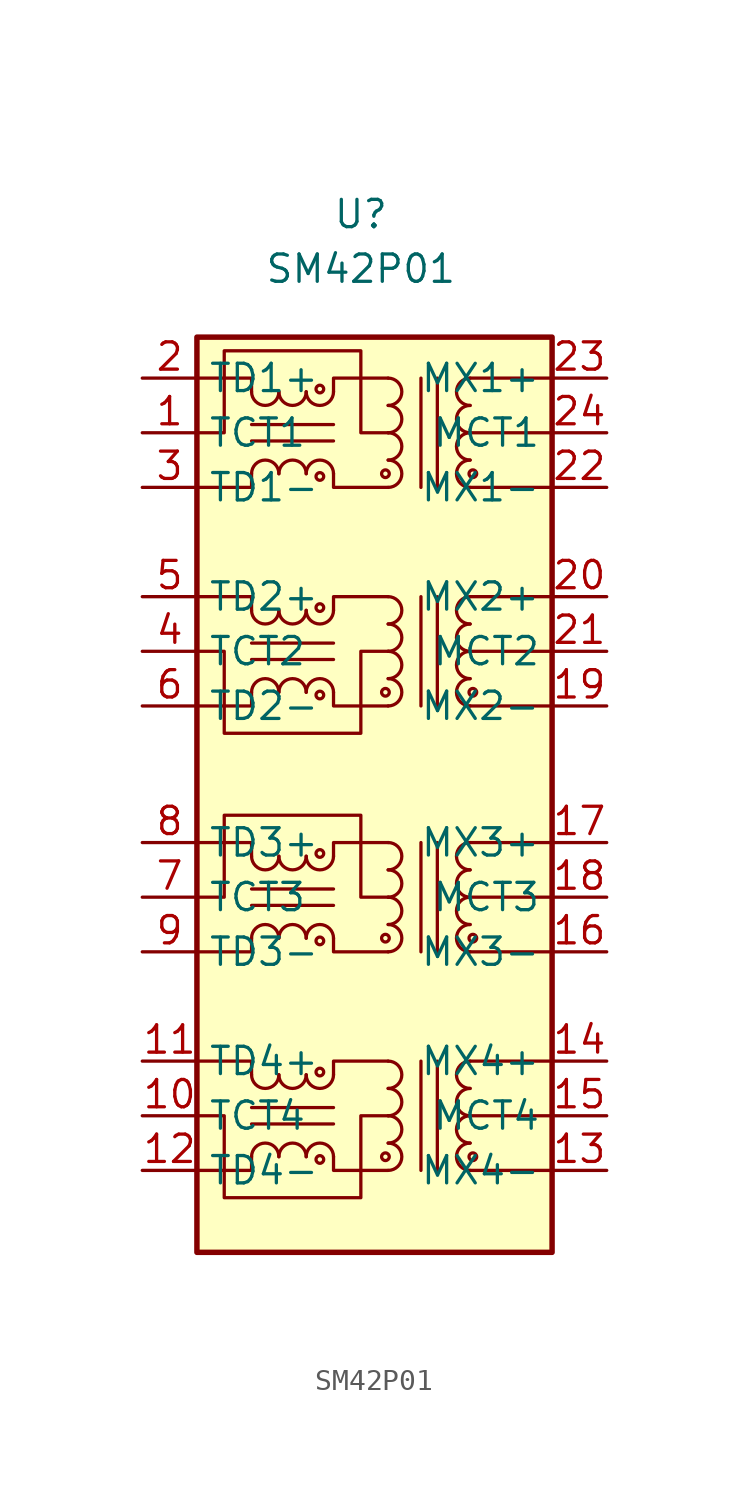
<source format=kicad_sym>
(kicad_symbol_lib
  (version 20211014)
  (generator kicad_symbol_editor)
  (symbol "SM42P01"
    (property "Reference" "U"
      (at 0 5.08 0)
      (effects (font (size 1.27 1.27))))
    (property "Value" "SM42P01"
      (at 0 2.54 0)
      (effects (font (size 1.27 1.27))))
    (symbol "SM42P01_0_1"
      (rectangle (start -7.62 -0.635) (end 8.89 -43.18) (stroke (width 0.254) (type default) (color 0 0 0 0)) (fill (type background)))
      (polyline (pts (xy -1.27 -37.211) (xy -5.08 -37.211)) (stroke (width 0) (type default) (color 0 0 0 0)) (fill (type none)))
      (polyline (pts (xy -1.27 -36.449) (xy -5.08 -36.449)) (stroke (width 0) (type default) (color 0 0 0 0)) (fill (type none)))
      (polyline (pts (xy -1.27 -15.621) (xy -5.08 -15.621)) (stroke (width 0) (type default) (color 0 0 0 0)) (fill (type none)))
      (polyline (pts (xy -1.27 -14.859) (xy -5.08 -14.859)) (stroke (width 0) (type default) (color 0 0 0 0)) (fill (type none)))
      (polyline (pts (xy 2.794 -39.37) (xy 2.794 -34.29)) (stroke (width 0) (type default) (color 0 0 0 0)) (fill (type none)))
      (polyline (pts (xy 2.794 -24.13) (xy 2.794 -29.21)) (stroke (width 0) (type default) (color 0 0 0 0)) (fill (type none)))
      (polyline (pts (xy 2.794 -17.78) (xy 2.794 -12.7)) (stroke (width 0) (type default) (color 0 0 0 0)) (fill (type none)))
      (polyline (pts (xy 2.794 -2.54) (xy 2.794 -7.62)) (stroke (width 0) (type default) (color 0 0 0 0)) (fill (type none)))
      (polyline (pts (xy 3.556 -34.29) (xy 3.556 -39.37)) (stroke (width 0) (type default) (color 0 0 0 0)) (fill (type none)))
      (polyline (pts (xy 3.556 -29.21) (xy 3.556 -24.13)) (stroke (width 0) (type default) (color 0 0 0 0)) (fill (type none)))
      (polyline (pts (xy 3.556 -12.7) (xy 3.556 -17.78)) (stroke (width 0) (type default) (color 0 0 0 0)) (fill (type none)))
      (polyline (pts (xy 3.556 -7.62) (xy 3.556 -2.54)) (stroke (width 0) (type default) (color 0 0 0 0)) (fill (type none)))
      (polyline (pts (xy 5.08 -39.37) (xy 8.89 -39.37)) (stroke (width 0) (type default) (color 0 0 0 0)) (fill (type none)))
      (polyline (pts (xy 5.08 -36.83) (xy 8.89 -36.83)) (stroke (width 0) (type default) (color 0 0 0 0)) (fill (type none)))
      (polyline (pts (xy 5.08 -34.29) (xy 8.89 -34.29)) (stroke (width 0) (type default) (color 0 0 0 0)) (fill (type none)))
      (polyline (pts (xy 5.08 -17.78) (xy 8.89 -17.78)) (stroke (width 0) (type default) (color 0 0 0 0)) (fill (type none)))
      (polyline (pts (xy 5.08 -15.24) (xy 8.89 -15.24)) (stroke (width 0) (type default) (color 0 0 0 0)) (fill (type none)))
      (polyline (pts (xy 5.08 -12.7) (xy 8.89 -12.7)) (stroke (width 0) (type default) (color 0 0 0 0)) (fill (type none)))
      (polyline (pts (xy -5.08 -38.735) (xy -5.08 -39.37) (xy -7.62 -39.37)) (stroke (width 0) (type default) (color 0 0 0 0)) (fill (type none)))
      (polyline (pts (xy -5.08 -34.925) (xy -5.08 -34.29) (xy -7.62 -34.29)) (stroke (width 0) (type default) (color 0 0 0 0)) (fill (type none)))
      (polyline (pts (xy -5.08 -17.145) (xy -5.08 -17.78) (xy -7.62 -17.78)) (stroke (width 0) (type default) (color 0 0 0 0)) (fill (type none)))
      (polyline (pts (xy -5.08 -13.335) (xy -5.08 -12.7) (xy -7.62 -12.7)) (stroke (width 0) (type default) (color 0 0 0 0)) (fill (type none)))
      (polyline (pts (xy -1.27 -38.735) (xy -1.27 -39.37) (xy 1.27 -39.37)) (stroke (width 0) (type default) (color 0 0 0 0)) (fill (type none)))
      (polyline (pts (xy -1.27 -17.145) (xy -1.27 -17.78) (xy 1.27 -17.78)) (stroke (width 0) (type default) (color 0 0 0 0)) (fill (type none)))
      (polyline (pts (xy 1.27 -34.29) (xy -1.27 -34.29) (xy -1.27 -34.925)) (stroke (width 0) (type default) (color 0 0 0 0)) (fill (type none)))
      (polyline (pts (xy 1.27 -12.7) (xy -1.27 -12.7) (xy -1.27 -13.335)) (stroke (width 0) (type default) (color 0 0 0 0)) (fill (type none)))
      (polyline (pts (xy 1.27 -36.83) (xy 0 -36.83) (xy 0 -40.64) (xy -6.35 -40.64) (xy -6.35 -36.83) (xy -7.62 -36.83)) (stroke (width 0) (type default) (color 0 0 0 0)) (fill (type none)))
      (polyline (pts (xy 1.27 -15.24) (xy 0 -15.24) (xy 0 -19.05) (xy -6.35 -19.05) (xy -6.35 -15.24) (xy -7.62 -15.24)) (stroke (width 0) (type default) (color 0 0 0 0)) (fill (type none)))
      (arc (start 5.08 -38.1) (mid 4.445 -38.735) (end 5.08 -39.37) (stroke (width 0) (type default) (color 0 0 0 0)) (fill (type none)))
      (arc (start 5.08 -16.51) (mid 4.445 -17.145) (end 5.08 -17.78) (stroke (width 0) (type default) (color 0 0 0 0)) (fill (type none)))
      (circle (center 5.207 -38.735) (radius 0.178) (stroke (width 0) (type default) (color 0 0 0 0)) (fill (type none)))
      (circle (center 5.207 -17.145) (radius 0.178) (stroke (width 0) (type default) (color 0 0 0 0)) (fill (type none))))
    (symbol "SM42P01_1_1"
      (arc (start -5.08 -34.925) (mid -4.445 -35.56) (end -3.81 -34.925) (stroke (width 0) (type default) (color 0 0 0 0)) (fill (type none)))
      (arc (start -5.08 -24.765) (mid -4.445 -25.4) (end -3.81 -24.765) (stroke (width 0) (type default) (color 0 0 0 0)) (fill (type none)))
      (arc (start -5.08 -13.335) (mid -4.445 -13.97) (end -3.81 -13.335) (stroke (width 0) (type default) (color 0 0 0 0)) (fill (type none)))
      (arc (start -5.08 -3.175) (mid -4.445 -3.81) (end -3.81 -3.175) (stroke (width 0) (type default) (color 0 0 0 0)) (fill (type none)))
      (arc (start -3.81 -38.735) (mid -4.445 -38.1) (end -5.08 -38.735) (stroke (width 0) (type default) (color 0 0 0 0)) (fill (type none)))
      (arc (start -3.81 -34.925) (mid -3.175 -35.56) (end -2.54 -34.925) (stroke (width 0) (type default) (color 0 0 0 0)) (fill (type none)))
      (arc (start -3.81 -28.575) (mid -4.445 -27.94) (end -5.08 -28.575) (stroke (width 0) (type default) (color 0 0 0 0)) (fill (type none)))
      (arc (start -3.81 -24.765) (mid -3.175 -25.4) (end -2.54 -24.765) (stroke (width 0) (type default) (color 0 0 0 0)) (fill (type none)))
      (arc (start -3.81 -17.145) (mid -4.445 -16.51) (end -5.08 -17.145) (stroke (width 0) (type default) (color 0 0 0 0)) (fill (type none)))
      (arc (start -3.81 -13.335) (mid -3.175 -13.97) (end -2.54 -13.335) (stroke (width 0) (type default) (color 0 0 0 0)) (fill (type none)))
      (arc (start -3.81 -6.985) (mid -4.445 -6.35) (end -5.08 -6.985) (stroke (width 0) (type default) (color 0 0 0 0)) (fill (type none)))
      (arc (start -3.81 -3.175) (mid -3.175 -3.81) (end -2.54 -3.175) (stroke (width 0) (type default) (color 0 0 0 0)) (fill (type none)))
      (arc (start -2.54 -38.735) (mid -3.175 -38.1) (end -3.81 -38.735) (stroke (width 0) (type default) (color 0 0 0 0)) (fill (type none)))
      (arc (start -2.54 -34.925) (mid -1.905 -35.56) (end -1.27 -34.925) (stroke (width 0) (type default) (color 0 0 0 0)) (fill (type none)))
      (arc (start -2.54 -28.575) (mid -3.175 -27.94) (end -3.81 -28.575) (stroke (width 0) (type default) (color 0 0 0 0)) (fill (type none)))
      (arc (start -2.54 -24.765) (mid -1.905 -25.4) (end -1.27 -24.765) (stroke (width 0) (type default) (color 0 0 0 0)) (fill (type none)))
      (arc (start -2.54 -17.145) (mid -3.175 -16.51) (end -3.81 -17.145) (stroke (width 0) (type default) (color 0 0 0 0)) (fill (type none)))
      (arc (start -2.54 -13.335) (mid -1.905 -13.97) (end -1.27 -13.335) (stroke (width 0) (type default) (color 0 0 0 0)) (fill (type none)))
      (arc (start -2.54 -6.985) (mid -3.175 -6.35) (end -3.81 -6.985) (stroke (width 0) (type default) (color 0 0 0 0)) (fill (type none)))
      (arc (start -2.54 -3.175) (mid -1.905 -3.81) (end -1.27 -3.175) (stroke (width 0) (type default) (color 0 0 0 0)) (fill (type none)))
      (circle (center -1.905 -38.862) (radius 0.178) (stroke (width 0) (type default) (color 0 0 0 0)) (fill (type none)))
      (circle (center -1.905 -34.798) (radius 0.178) (stroke (width 0) (type default) (color 0 0 0 0)) (fill (type none)))
      (circle (center -1.905 -28.702) (radius 0.178) (stroke (width 0) (type default) (color 0 0 0 0)) (fill (type none)))
      (circle (center -1.905 -24.638) (radius 0.178) (stroke (width 0) (type default) (color 0 0 0 0)) (fill (type none)))
      (circle (center -1.905 -17.272) (radius 0.178) (stroke (width 0) (type default) (color 0 0 0 0)) (fill (type none)))
      (circle (center -1.905 -13.208) (radius 0.178) (stroke (width 0) (type default) (color 0 0 0 0)) (fill (type none)))
      (circle (center -1.905 -7.112) (radius 0.178) (stroke (width 0) (type default) (color 0 0 0 0)) (fill (type none)))
      (circle (center -1.905 -3.048) (radius 0.178) (stroke (width 0) (type default) (color 0 0 0 0)) (fill (type none)))
      (arc (start -1.27 -38.735) (mid -1.905 -38.1) (end -2.54 -38.735) (stroke (width 0) (type default) (color 0 0 0 0)) (fill (type none)))
      (arc (start -1.27 -28.575) (mid -1.905 -27.94) (end -2.54 -28.575) (stroke (width 0) (type default) (color 0 0 0 0)) (fill (type none)))
      (arc (start -1.27 -17.145) (mid -1.905 -16.51) (end -2.54 -17.145) (stroke (width 0) (type default) (color 0 0 0 0)) (fill (type none)))
      (arc (start -1.27 -6.985) (mid -1.905 -6.35) (end -2.54 -6.985) (stroke (width 0) (type default) (color 0 0 0 0)) (fill (type none)))
      (polyline (pts (xy -1.27 -27.051) (xy -5.08 -27.051)) (stroke (width 0) (type default) (color 0 0 0 0)) (fill (type none)))
      (polyline (pts (xy -1.27 -26.289) (xy -5.08 -26.289)) (stroke (width 0) (type default) (color 0 0 0 0)) (fill (type none)))
      (polyline (pts (xy -1.27 -5.461) (xy -5.08 -5.461)) (stroke (width 0) (type default) (color 0 0 0 0)) (fill (type none)))
      (polyline (pts (xy -1.27 -4.699) (xy -5.08 -4.699)) (stroke (width 0) (type default) (color 0 0 0 0)) (fill (type none)))
      (polyline (pts (xy 5.08 -29.21) (xy 8.89 -29.21)) (stroke (width 0) (type default) (color 0 0 0 0)) (fill (type none)))
      (polyline (pts (xy 5.08 -26.67) (xy 8.89 -26.67)) (stroke (width 0) (type default) (color 0 0 0 0)) (fill (type none)))
      (polyline (pts (xy 5.08 -24.13) (xy 8.89 -24.13)) (stroke (width 0) (type default) (color 0 0 0 0)) (fill (type none)))
      (polyline (pts (xy 5.08 -7.62) (xy 8.89 -7.62)) (stroke (width 0) (type default) (color 0 0 0 0)) (fill (type none)))
      (polyline (pts (xy 5.08 -5.08) (xy 8.89 -5.08)) (stroke (width 0) (type default) (color 0 0 0 0)) (fill (type none)))
      (polyline (pts (xy 5.08 -2.54) (xy 8.89 -2.54)) (stroke (width 0) (type default) (color 0 0 0 0)) (fill (type none)))
      (polyline (pts (xy -5.08 -28.575) (xy -5.08 -29.21) (xy -7.62 -29.21)) (stroke (width 0) (type default) (color 0 0 0 0)) (fill (type none)))
      (polyline (pts (xy -5.08 -24.765) (xy -5.08 -24.13) (xy -7.62 -24.13)) (stroke (width 0) (type default) (color 0 0 0 0)) (fill (type none)))
      (polyline (pts (xy -5.08 -6.985) (xy -5.08 -7.62) (xy -7.62 -7.62)) (stroke (width 0) (type default) (color 0 0 0 0)) (fill (type none)))
      (polyline (pts (xy -5.08 -3.175) (xy -5.08 -2.54) (xy -7.62 -2.54)) (stroke (width 0) (type default) (color 0 0 0 0)) (fill (type none)))
      (polyline (pts (xy -1.27 -28.575) (xy -1.27 -29.21) (xy 1.27 -29.21)) (stroke (width 0) (type default) (color 0 0 0 0)) (fill (type none)))
      (polyline (pts (xy -1.27 -6.985) (xy -1.27 -7.62) (xy 1.27 -7.62)) (stroke (width 0) (type default) (color 0 0 0 0)) (fill (type none)))
      (polyline (pts (xy 1.27 -24.13) (xy -1.27 -24.13) (xy -1.27 -24.765)) (stroke (width 0) (type default) (color 0 0 0 0)) (fill (type none)))
      (polyline (pts (xy 1.27 -2.54) (xy -1.27 -2.54) (xy -1.27 -3.175)) (stroke (width 0) (type default) (color 0 0 0 0)) (fill (type none)))
      (polyline (pts (xy -7.62 -26.67) (xy -6.35 -26.67) (xy -6.35 -22.86) (xy 0 -22.86) (xy 0 -26.67) (xy 1.27 -26.67)) (stroke (width 0) (type default) (color 0 0 0 0)) (fill (type none)))
      (polyline (pts (xy -7.62 -5.08) (xy -6.35 -5.08) (xy -6.35 -1.27) (xy 0 -1.27) (xy 0 -5.08) (xy 1.27 -5.08)) (stroke (width 0) (type default) (color 0 0 0 0)) (fill (type none)))
      (circle (center 1.143 -38.735) (radius 0.178) (stroke (width 0) (type default) (color 0 0 0 0)) (fill (type none)))
      (circle (center 1.143 -28.575) (radius 0.178) (stroke (width 0) (type default) (color 0 0 0 0)) (fill (type none)))
      (circle (center 1.143 -17.145) (radius 0.178) (stroke (width 0) (type default) (color 0 0 0 0)) (fill (type none)))
      (circle (center 1.143 -6.985) (radius 0.178) (stroke (width 0) (type default) (color 0 0 0 0)) (fill (type none)))
      (arc (start 1.27 -39.37) (mid 1.905 -38.735) (end 1.27 -38.1) (stroke (width 0) (type default) (color 0 0 0 0)) (fill (type none)))
      (arc (start 1.27 -38.1) (mid 1.905 -37.465) (end 1.27 -36.83) (stroke (width 0) (type default) (color 0 0 0 0)) (fill (type none)))
      (arc (start 1.27 -36.83) (mid 1.905 -36.195) (end 1.27 -35.56) (stroke (width 0) (type default) (color 0 0 0 0)) (fill (type none)))
      (arc (start 1.27 -35.56) (mid 1.905 -34.925) (end 1.27 -34.29) (stroke (width 0) (type default) (color 0 0 0 0)) (fill (type none)))
      (arc (start 1.27 -29.21) (mid 1.905 -28.575) (end 1.27 -27.94) (stroke (width 0) (type default) (color 0 0 0 0)) (fill (type none)))
      (arc (start 1.27 -27.94) (mid 1.905 -27.305) (end 1.27 -26.67) (stroke (width 0) (type default) (color 0 0 0 0)) (fill (type none)))
      (arc (start 1.27 -26.67) (mid 1.905 -26.035) (end 1.27 -25.4) (stroke (width 0) (type default) (color 0 0 0 0)) (fill (type none)))
      (arc (start 1.27 -25.4) (mid 1.905 -24.765) (end 1.27 -24.13) (stroke (width 0) (type default) (color 0 0 0 0)) (fill (type none)))
      (arc (start 1.27 -17.78) (mid 1.905 -17.145) (end 1.27 -16.51) (stroke (width 0) (type default) (color 0 0 0 0)) (fill (type none)))
      (arc (start 1.27 -16.51) (mid 1.905 -15.875) (end 1.27 -15.24) (stroke (width 0) (type default) (color 0 0 0 0)) (fill (type none)))
      (arc (start 1.27 -15.24) (mid 1.905 -14.605) (end 1.27 -13.97) (stroke (width 0) (type default) (color 0 0 0 0)) (fill (type none)))
      (arc (start 1.27 -13.97) (mid 1.905 -13.335) (end 1.27 -12.7) (stroke (width 0) (type default) (color 0 0 0 0)) (fill (type none)))
      (arc (start 1.27 -7.62) (mid 1.905 -6.985) (end 1.27 -6.35) (stroke (width 0) (type default) (color 0 0 0 0)) (fill (type none)))
      (arc (start 1.27 -6.35) (mid 1.905 -5.715) (end 1.27 -5.08) (stroke (width 0) (type default) (color 0 0 0 0)) (fill (type none)))
      (arc (start 1.27 -5.08) (mid 1.905 -4.445) (end 1.27 -3.81) (stroke (width 0) (type default) (color 0 0 0 0)) (fill (type none)))
      (arc (start 1.27 -3.81) (mid 1.905 -3.175) (end 1.27 -2.54) (stroke (width 0) (type default) (color 0 0 0 0)) (fill (type none)))
      (arc (start 5.08 -36.83) (mid 4.445 -37.465) (end 5.08 -38.1) (stroke (width 0) (type default) (color 0 0 0 0)) (fill (type none)))
      (arc (start 5.08 -35.56) (mid 4.445 -36.195) (end 5.08 -36.83) (stroke (width 0) (type default) (color 0 0 0 0)) (fill (type none)))
      (arc (start 5.08 -34.29) (mid 4.445 -34.925) (end 5.08 -35.56) (stroke (width 0) (type default) (color 0 0 0 0)) (fill (type none)))
      (arc (start 5.08 -27.94) (mid 4.445 -28.575) (end 5.08 -29.21) (stroke (width 0) (type default) (color 0 0 0 0)) (fill (type none)))
      (arc (start 5.08 -26.67) (mid 4.445 -27.305) (end 5.08 -27.94) (stroke (width 0) (type default) (color 0 0 0 0)) (fill (type none)))
      (arc (start 5.08 -25.4) (mid 4.445 -26.035) (end 5.08 -26.67) (stroke (width 0) (type default) (color 0 0 0 0)) (fill (type none)))
      (arc (start 5.08 -24.13) (mid 4.445 -24.765) (end 5.08 -25.4) (stroke (width 0) (type default) (color 0 0 0 0)) (fill (type none)))
      (arc (start 5.08 -15.24) (mid 4.445 -15.875) (end 5.08 -16.51) (stroke (width 0) (type default) (color 0 0 0 0)) (fill (type none)))
      (arc (start 5.08 -13.97) (mid 4.445 -14.605) (end 5.08 -15.24) (stroke (width 0) (type default) (color 0 0 0 0)) (fill (type none)))
      (arc (start 5.08 -12.7) (mid 4.445 -13.335) (end 5.08 -13.97) (stroke (width 0) (type default) (color 0 0 0 0)) (fill (type none)))
      (arc (start 5.08 -6.35) (mid 4.445 -6.985) (end 5.08 -7.62) (stroke (width 0) (type default) (color 0 0 0 0)) (fill (type none)))
      (arc (start 5.08 -5.08) (mid 4.445 -5.715) (end 5.08 -6.35) (stroke (width 0) (type default) (color 0 0 0 0)) (fill (type none)))
      (arc (start 5.08 -3.81) (mid 4.445 -4.445) (end 5.08 -5.08) (stroke (width 0) (type default) (color 0 0 0 0)) (fill (type none)))
      (arc (start 5.08 -2.54) (mid 4.445 -3.175) (end 5.08 -3.81) (stroke (width 0) (type default) (color 0 0 0 0)) (fill (type none)))
      (circle (center 5.207 -28.575) (radius 0.178) (stroke (width 0) (type default) (color 0 0 0 0)) (fill (type none)))
      (circle (center 5.207 -6.985) (radius 0.178) (stroke (width 0) (type default) (color 0 0 0 0)) (fill (type none)))
      (pin passive line (at -10.16 -5.08 0) (length 2.54) (name "TCT1" (effects (font (size 1.27 1.27)))) (number "1" (effects (font (size 1.27 1.27)))))
      (pin passive line (at -10.16 -36.83 0) (length 2.54) (name "TCT4" (effects (font (size 1.27 1.27)))) (number "10" (effects (font (size 1.27 1.27)))))
      (pin passive line (at -10.16 -34.29 0) (length 2.54) (name "TD4+" (effects (font (size 1.27 1.27)))) (number "11" (effects (font (size 1.27 1.27)))))
      (pin passive line (at -10.16 -39.37 0) (length 2.54) (name "TD4-" (effects (font (size 1.27 1.27)))) (number "12" (effects (font (size 1.27 1.27)))))
      (pin passive line (at 11.43 -39.37 180) (length 2.54) (name "MX4-" (effects (font (size 1.27 1.27)))) (number "13" (effects (font (size 1.27 1.27)))))
      (pin passive line (at 11.43 -34.29 180) (length 2.54) (name "MX4+" (effects (font (size 1.27 1.27)))) (number "14" (effects (font (size 1.27 1.27)))))
      (pin passive line (at 11.43 -36.83 180) (length 2.54) (name "MCT4" (effects (font (size 1.27 1.27)))) (number "15" (effects (font (size 1.27 1.27)))))
      (pin passive line (at 11.43 -29.21 180) (length 2.54) (name "MX3-" (effects (font (size 1.27 1.27)))) (number "16" (effects (font (size 1.27 1.27)))))
      (pin passive line (at 11.43 -24.13 180) (length 2.54) (name "MX3+" (effects (font (size 1.27 1.27)))) (number "17" (effects (font (size 1.27 1.27)))))
      (pin passive line (at 11.43 -26.67 180) (length 2.54) (name "MCT3" (effects (font (size 1.27 1.27)))) (number "18" (effects (font (size 1.27 1.27)))))
      (pin passive line (at 11.43 -17.78 180) (length 2.54) (name "MX2-" (effects (font (size 1.27 1.27)))) (number "19" (effects (font (size 1.27 1.27)))))
      (pin passive line (at -10.16 -2.54 0) (length 2.54) (name "TD1+" (effects (font (size 1.27 1.27)))) (number "2" (effects (font (size 1.27 1.27)))))
      (pin passive line (at 11.43 -12.7 180) (length 2.54) (name "MX2+" (effects (font (size 1.27 1.27)))) (number "20" (effects (font (size 1.27 1.27)))))
      (pin passive line (at 11.43 -15.24 180) (length 2.54) (name "MCT2" (effects (font (size 1.27 1.27)))) (number "21" (effects (font (size 1.27 1.27)))))
      (pin passive line (at 11.43 -7.62 180) (length 2.54) (name "MX1-" (effects (font (size 1.27 1.27)))) (number "22" (effects (font (size 1.27 1.27)))))
      (pin passive line (at 11.43 -2.54 180) (length 2.54) (name "MX1+" (effects (font (size 1.27 1.27)))) (number "23" (effects (font (size 1.27 1.27)))))
      (pin passive line (at 11.43 -5.08 180) (length 2.54) (name "MCT1" (effects (font (size 1.27 1.27)))) (number "24" (effects (font (size 1.27 1.27)))))
      (pin passive line (at -10.16 -7.62 0) (length 2.54) (name "TD1-" (effects (font (size 1.27 1.27)))) (number "3" (effects (font (size 1.27 1.27)))))
      (pin passive line (at -10.16 -15.24 0) (length 2.54) (name "TCT2" (effects (font (size 1.27 1.27)))) (number "4" (effects (font (size 1.27 1.27)))))
      (pin passive line (at -10.16 -12.7 0) (length 2.54) (name "TD2+" (effects (font (size 1.27 1.27)))) (number "5" (effects (font (size 1.27 1.27)))))
      (pin passive line (at -10.16 -17.78 0) (length 2.54) (name "TD2-" (effects (font (size 1.27 1.27)))) (number "6" (effects (font (size 1.27 1.27)))))
      (pin passive line (at -10.16 -26.67 0) (length 2.54) (name "TCT3" (effects (font (size 1.27 1.27)))) (number "7" (effects (font (size 1.27 1.27)))))
      (pin passive line (at -10.16 -24.13 0) (length 2.54) (name "TD3+" (effects (font (size 1.27 1.27)))) (number "8" (effects (font (size 1.27 1.27)))))
      (pin passive line (at -10.16 -29.21 0) (length 2.54) (name "TD3-" (effects (font (size 1.27 1.27)))) (number "9" (effects (font (size 1.27 1.27))))))))
</source>
